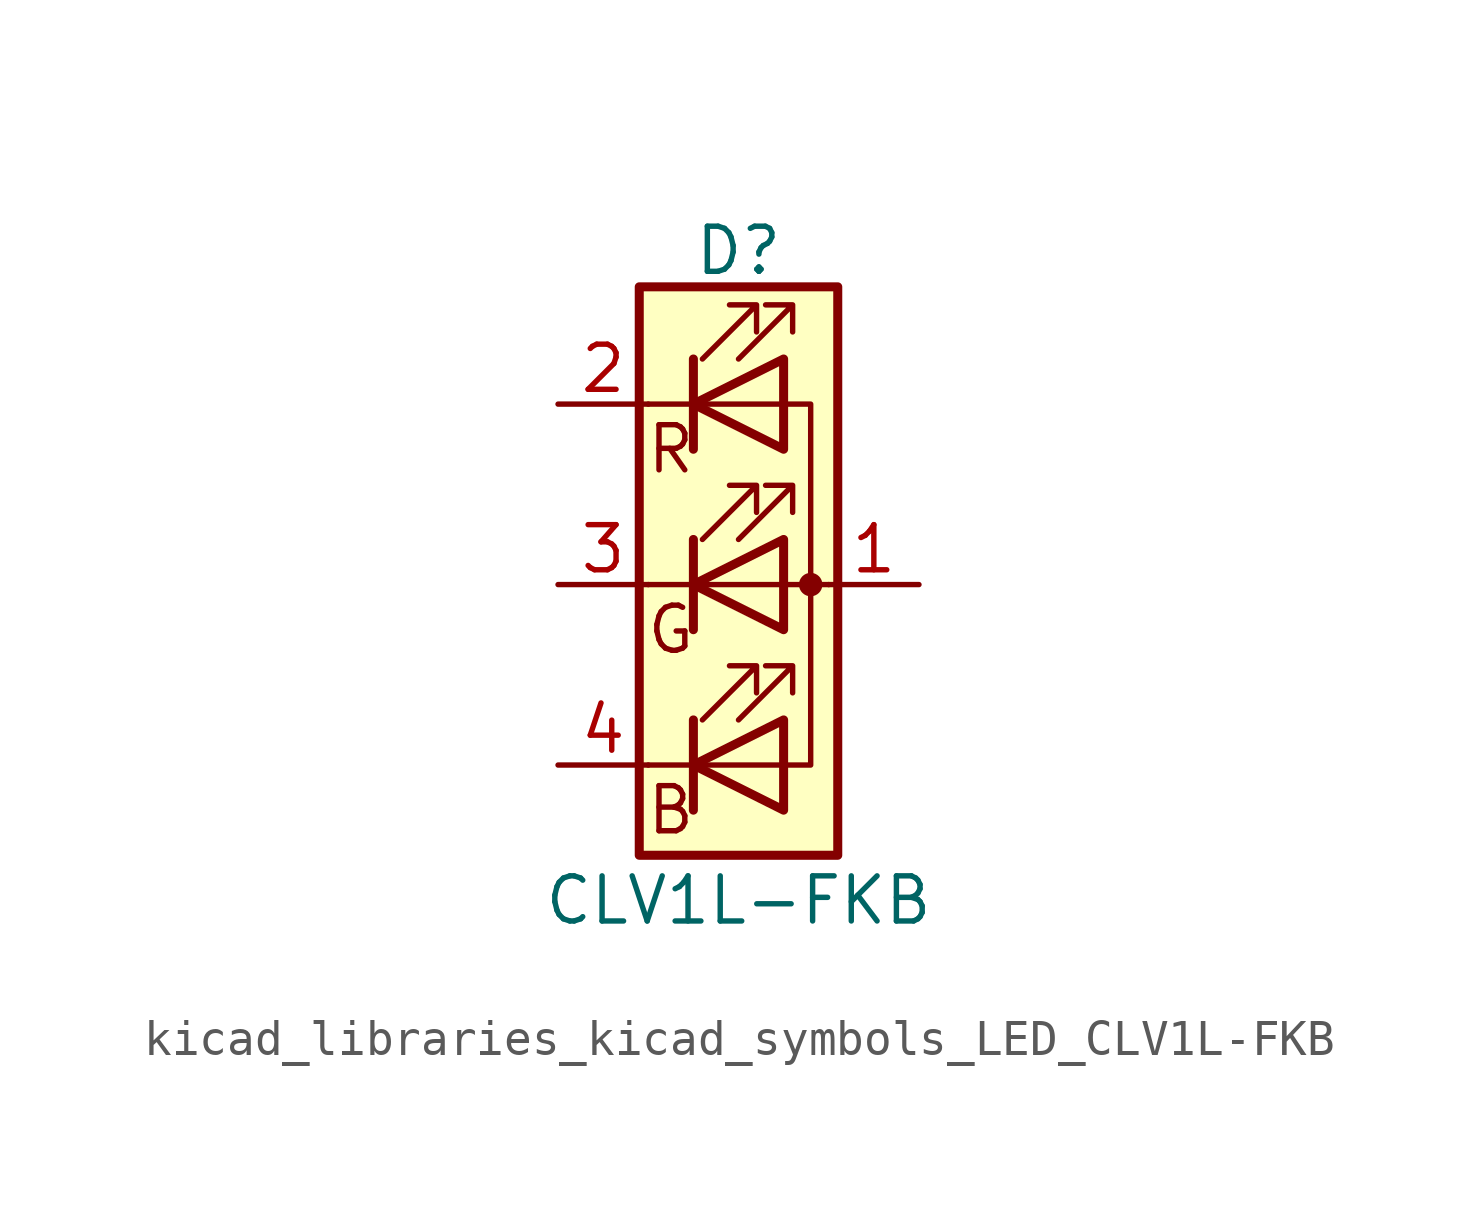
<source format=kicad_sym>
(kicad_symbol_lib
  (version 20220914)
  (generator kicad_symbol_editor)
  (symbol "kicad_libraries_kicad_symbols_LED_CLV1L-FKB"
    (pin_names
      (offset 0) hide)
    (property "Reference" "D"
      (at 0 9.398 0)
      (effects (font (size 1.27 1.27))))
    (property "Value" "CLV1L-FKB"
      (at 0 -8.89 0)
      (effects (font (size 1.27 1.27))))
    (symbol "kicad_libraries_kicad_symbols_LED_CLV1L-FKB_0_0"
      (text "B" (at -1.905 -6.35 0) (effects (font (size 1.27 1.27))))
      (text "G" (at -1.905 -1.27 0) (effects (font (size 1.27 1.27))))
      (text "R" (at -1.905 3.81 0) (effects (font (size 1.27 1.27)))))
    (symbol "kicad_libraries_kicad_symbols_LED_CLV1L-FKB_0_1"
      (polyline (pts (xy -2.54 -5.08) (xy 1.27 -5.08)) (stroke (width 0) (type default)) (fill (type none)))
      (polyline (pts (xy -1.27 -3.81) (xy -1.27 -6.35)) (stroke (width 0.254) (type default)) (fill (type none)))
      (polyline (pts (xy -1.27 1.27) (xy -1.27 -1.27)) (stroke (width 0.254) (type default)) (fill (type none)))
      (polyline (pts (xy -1.27 6.35) (xy -1.27 3.81)) (stroke (width 0.254) (type default)) (fill (type none)))
      (polyline (pts (xy 1.27 5.08) (xy -2.54 5.08)) (stroke (width 0) (type default)) (fill (type none)))
      (polyline (pts (xy 2.54 0) (xy -2.54 0)) (stroke (width 0) (type default)) (fill (type none)))
      (polyline (pts (xy 1.27 -5.08) (xy 2.032 -5.08) (xy 2.032 5.08) (xy 1.27 5.08)) (stroke (width 0) (type default)) (fill (type none)))
      (polyline (pts (xy 1.27 -3.81) (xy 1.27 -6.35) (xy -1.27 -5.08) (xy 1.27 -3.81)) (stroke (width 0.254) (type default)) (fill (type none)))
      (polyline (pts (xy 1.27 1.27) (xy 1.27 -1.27) (xy -1.27 0) (xy 1.27 1.27)) (stroke (width 0.254) (type default)) (fill (type none)))
      (polyline (pts (xy 1.27 6.35) (xy 1.27 3.81) (xy -1.27 5.08) (xy 1.27 6.35)) (stroke (width 0.254) (type default)) (fill (type none)))
      (polyline (pts (xy -1.016 -3.81) (xy 0.508 -2.286) (xy -0.254 -2.286) (xy 0.508 -2.286) (xy 0.508 -3.048)) (stroke (width 0) (type default)) (fill (type none)))
      (polyline (pts (xy -1.016 1.27) (xy 0.508 2.794) (xy -0.254 2.794) (xy 0.508 2.794) (xy 0.508 2.032)) (stroke (width 0) (type default)) (fill (type none)))
      (polyline (pts (xy -1.016 6.35) (xy 0.508 7.874) (xy -0.254 7.874) (xy 0.508 7.874) (xy 0.508 7.112)) (stroke (width 0) (type default)) (fill (type none)))
      (polyline (pts (xy 0 -3.81) (xy 1.524 -2.286) (xy 0.762 -2.286) (xy 1.524 -2.286) (xy 1.524 -3.048)) (stroke (width 0) (type default)) (fill (type none)))
      (polyline (pts (xy 0 1.27) (xy 1.524 2.794) (xy 0.762 2.794) (xy 1.524 2.794) (xy 1.524 2.032)) (stroke (width 0) (type default)) (fill (type none)))
      (polyline (pts (xy 0 6.35) (xy 1.524 7.874) (xy 0.762 7.874) (xy 1.524 7.874) (xy 1.524 7.112)) (stroke (width 0) (type default)) (fill (type none)))
      (rectangle (start 1.27 6.35) (end 1.27 6.35) (stroke (width 0) (type default)) (fill (type none)))
      (circle (center 2.032 0) (radius 0.254) (stroke (width 0) (type default)) (fill (type outline)))
      (rectangle (start 2.794 8.382) (end -2.794 -7.62) (stroke (width 0.254) (type default)) (fill (type background))))
    (symbol "kicad_libraries_kicad_symbols_LED_CLV1L-FKB_1_1"
      (pin passive line (at 5.08 0 180) (length 2.54) (name "A" (effects (font (size 1.27 1.27)))) (number "1" (effects (font (size 1.27 1.27)))))
      (pin passive line (at -5.08 5.08 0) (length 2.54) (name "RK" (effects (font (size 1.27 1.27)))) (number "2" (effects (font (size 1.27 1.27)))))
      (pin passive line (at -5.08 0 0) (length 2.54) (name "GK" (effects (font (size 1.27 1.27)))) (number "3" (effects (font (size 1.27 1.27)))))
      (pin passive line (at -5.08 -5.08 0) (length 2.54) (name "BK" (effects (font (size 1.27 1.27)))) (number "4" (effects (font (size 1.27 1.27))))))))
</source>
